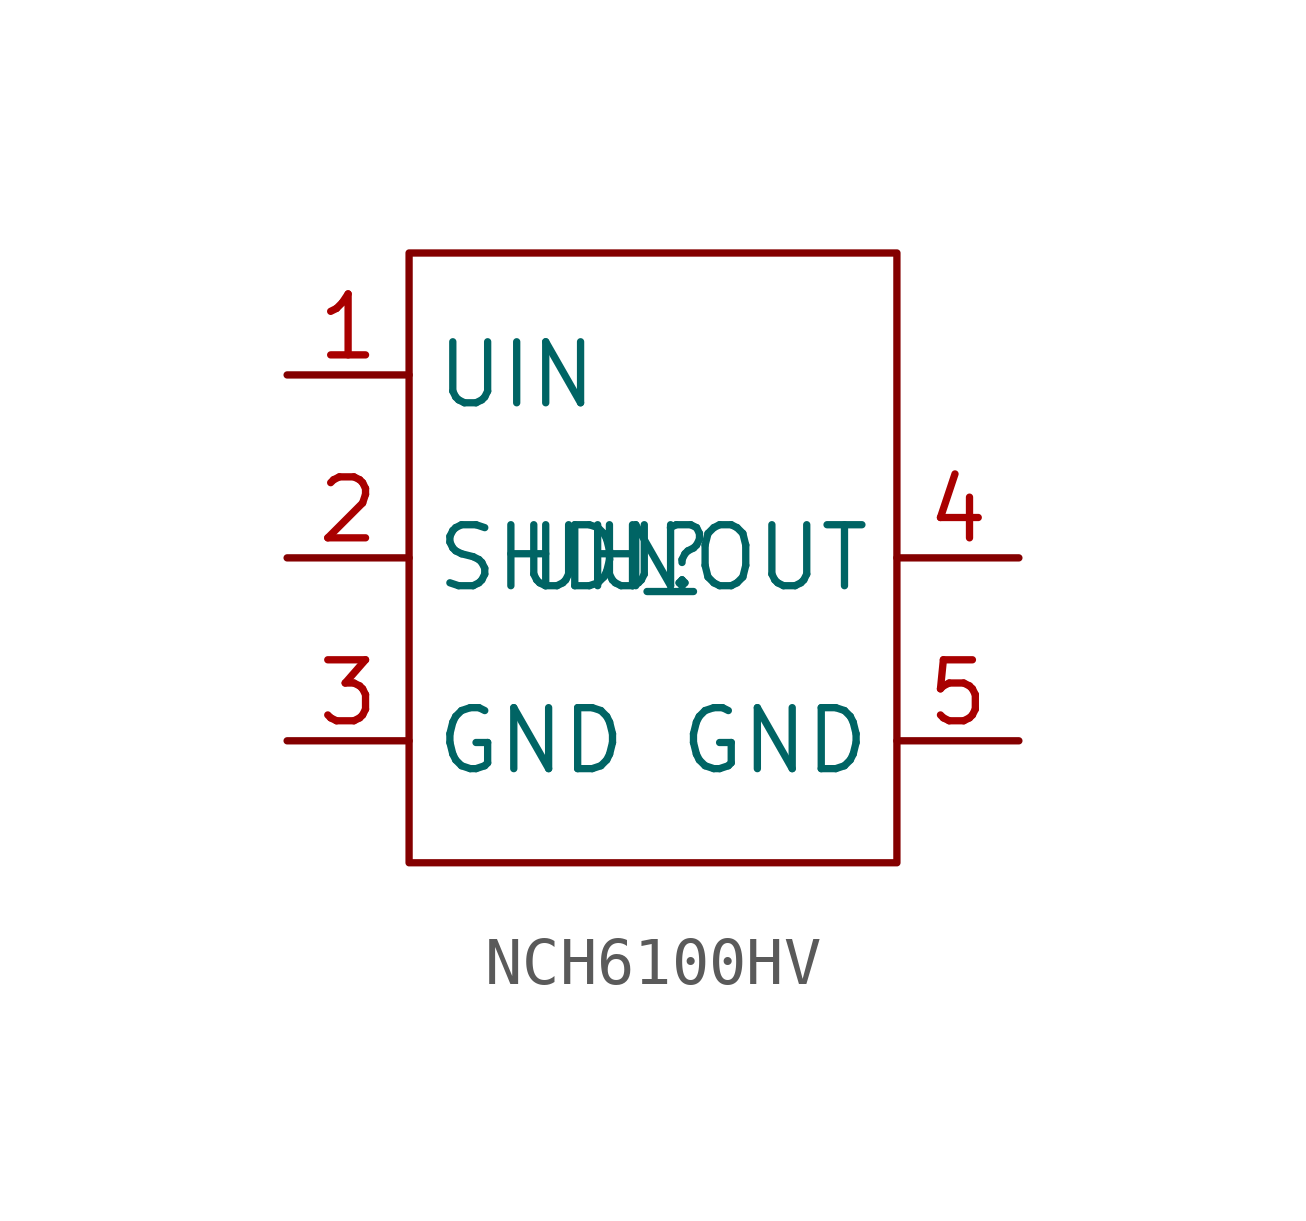
<source format=kicad_sym>
(kicad_symbol_lib
  (version 20231120)
  (generator "kicad_symbol_editor")
  (generator_version "8.0")
  (symbol "NCH6100HV"
    (property "Reference" "U"
      (at 0 0 0)
      (effects (font (size 1.27 1.27))))
    (property "Value" ""
      (at 0 0 0)
      (effects (font (size 1.27 1.27))))
    (symbol "NCH6100HV_0_1"
      (rectangle (start -5.08 6.35) (end 5.08 -6.35) (stroke (width 0) (type default)) (fill (type none))))
    (symbol "NCH6100HV_1_0"
      (pin power_in line (at -7.62 3.81 0) (length 2.54) (name "UIN" (effects (font (size 1.27 1.27)))) (number "1" (effects (font (size 1.27 1.27)))))
      (pin input line (at -7.62 0 0) (length 2.54) (name "SHDN" (effects (font (size 1.27 1.27)))) (number "2" (effects (font (size 1.27 1.27)))))
      (pin power_in line (at -7.62 -3.81 0) (length 2.54) (name "GND" (effects (font (size 1.27 1.27)))) (number "3" (effects (font (size 1.27 1.27)))))
      (pin power_out line (at 7.62 0 180) (length 2.54) (name "UH_OUT" (effects (font (size 1.27 1.27)))) (number "4" (effects (font (size 1.27 1.27)))))
      (pin power_in line (at 7.62 -3.81 180) (length 2.54) (name "GND" (effects (font (size 1.27 1.27)))) (number "5" (effects (font (size 1.27 1.27))))))))
</source>
